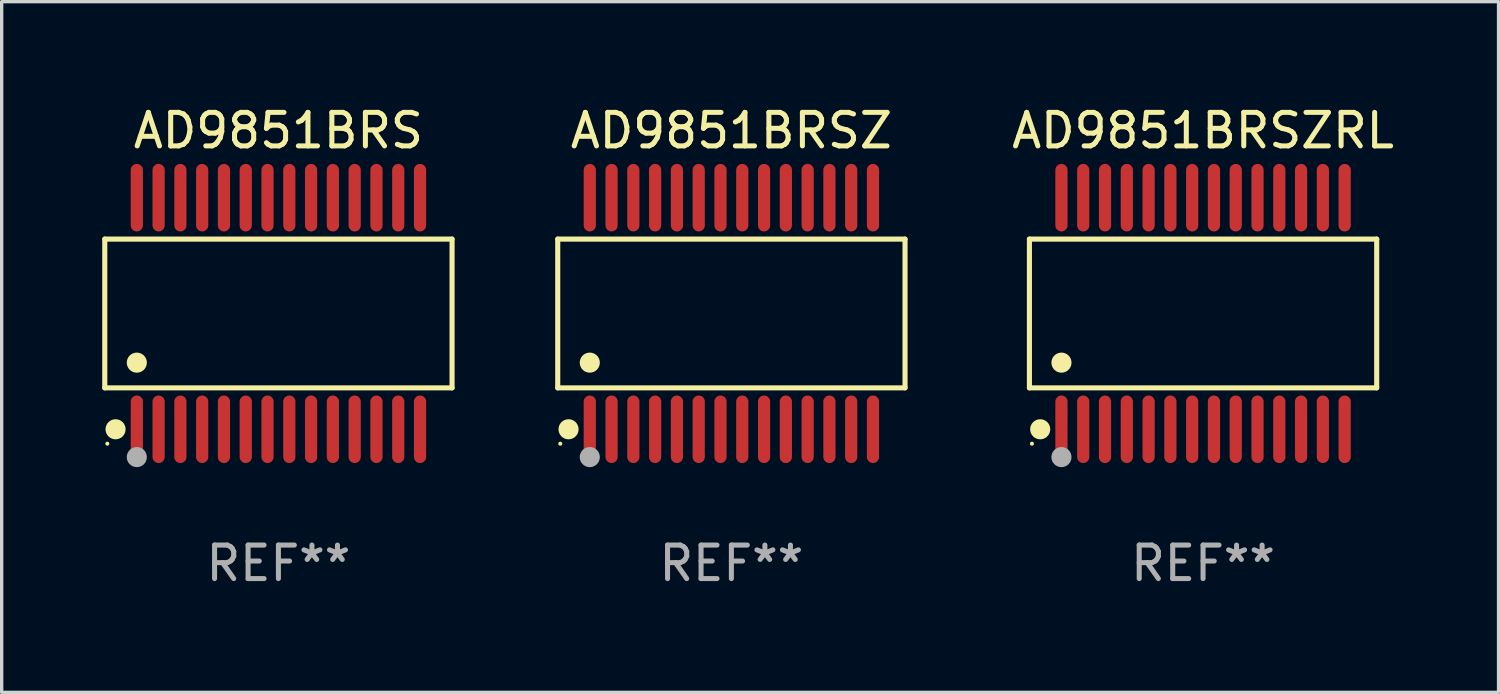
<source format=kicad_pcb>
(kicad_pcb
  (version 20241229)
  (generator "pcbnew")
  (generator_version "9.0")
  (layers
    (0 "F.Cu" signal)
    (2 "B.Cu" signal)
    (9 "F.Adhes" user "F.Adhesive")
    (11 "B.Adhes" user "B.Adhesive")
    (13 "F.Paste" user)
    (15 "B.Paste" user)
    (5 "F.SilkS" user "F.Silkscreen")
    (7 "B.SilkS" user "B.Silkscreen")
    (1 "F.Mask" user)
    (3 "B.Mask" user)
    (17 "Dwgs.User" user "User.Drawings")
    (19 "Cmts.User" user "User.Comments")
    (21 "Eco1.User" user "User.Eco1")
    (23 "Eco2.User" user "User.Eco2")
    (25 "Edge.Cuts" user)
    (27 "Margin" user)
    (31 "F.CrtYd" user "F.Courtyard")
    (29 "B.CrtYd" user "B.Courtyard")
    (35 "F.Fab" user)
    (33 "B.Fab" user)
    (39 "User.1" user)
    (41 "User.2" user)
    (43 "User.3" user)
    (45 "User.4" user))
  (footprint "AD9851BRSZ"
    (layer "F.Cu")
    (at 18.772 6.303)
    (property "Reference" "AD9851BRSZ" (at 0 -5.455 0) (layer "F.SilkS") (effects (font (size 1 1) (thickness 0.15))))
    (attr through_hole)
    (fp_line (start -5.181 -2.219) (end 5.181 -2.219) (stroke (width 0.152) (type solid)) (layer "F.SilkS"))
    (fp_line (start -5.181 2.219) (end -5.181 -2.219) (stroke (width 0.152) (type solid)) (layer "F.SilkS"))
    (fp_line (start 5.181 -2.219) (end 5.181 2.219) (stroke (width 0.152) (type solid)) (layer "F.SilkS"))
    (fp_line (start 5.181 2.219) (end -5.181 2.219) (stroke (width 0.152) (type solid)) (layer "F.SilkS"))
    (fp_circle (center -5.105 3.885) (end -5.075 3.885) (stroke (width 0.06) (type solid)) (fill no) (layer "F.SilkS"))
    (fp_circle (center -4.859 3.455) (end -4.709 3.455) (stroke (width 0.3) (type solid)) (fill no) (layer "F.SilkS"))
    (fp_circle (center -4.225 1.467) (end -4.075 1.467) (stroke (width 0.3) (type solid)) (fill no) (layer "F.SilkS"))
    (fp_circle (center -4.225 4.285) (end -4.075 4.285) (stroke (width 0.3) (type solid)) (fill no) (layer "F.Fab"))
    (fp_text user "REF**" (at 0 7.455 0) (layer "F.Fab") (effects (font (size 1 1) (thickness 0.15))))
    (pad "1" smd oval (at -4.225 3.455) (size 0.364 2.015) (layers "F.Cu" "F.Mask" "F.Paste"))
    (pad "2" smd oval (at -3.575 3.455) (size 0.364 2.015) (layers "F.Cu" "F.Mask" "F.Paste"))
    (pad "3" smd oval (at -2.925 3.455) (size 0.364 2.015) (layers "F.Cu" "F.Mask" "F.Paste"))
    (pad "4" smd oval (at -2.275 3.455) (size 0.364 2.015) (layers "F.Cu" "F.Mask" "F.Paste"))
    (pad "5" smd oval (at -1.625 3.455) (size 0.364 2.015) (layers "F.Cu" "F.Mask" "F.Paste"))
    (pad "6" smd oval (at -0.975 3.455) (size 0.364 2.015) (layers "F.Cu" "F.Mask" "F.Paste"))
    (pad "7" smd oval (at -0.325 3.455) (size 0.364 2.015) (layers "F.Cu" "F.Mask" "F.Paste"))
    (pad "8" smd oval (at 0.325 3.455) (size 0.364 2.015) (layers "F.Cu" "F.Mask" "F.Paste"))
    (pad "9" smd oval (at 0.975 3.455) (size 0.364 2.015) (layers "F.Cu" "F.Mask" "F.Paste"))
    (pad "10" smd oval (at 1.625 3.455) (size 0.364 2.015) (layers "F.Cu" "F.Mask" "F.Paste"))
    (pad "11" smd oval (at 2.275 3.455) (size 0.364 2.015) (layers "F.Cu" "F.Mask" "F.Paste"))
    (pad "12" smd oval (at 2.925 3.455) (size 0.364 2.015) (layers "F.Cu" "F.Mask" "F.Paste"))
    (pad "13" smd oval (at 3.575 3.455) (size 0.364 2.015) (layers "F.Cu" "F.Mask" "F.Paste"))
    (pad "14" smd oval (at 4.225 3.455) (size 0.364 2.015) (layers "F.Cu" "F.Mask" "F.Paste"))
    (pad "15" smd oval (at 4.225 -3.455) (size 0.364 2.015) (layers "F.Cu" "F.Mask" "F.Paste"))
    (pad "16" smd oval (at 3.575 -3.455) (size 0.364 2.015) (layers "F.Cu" "F.Mask" "F.Paste"))
    (pad "17" smd oval (at 2.925 -3.455) (size 0.364 2.015) (layers "F.Cu" "F.Mask" "F.Paste"))
    (pad "18" smd oval (at 2.275 -3.455) (size 0.364 2.015) (layers "F.Cu" "F.Mask" "F.Paste"))
    (pad "19" smd oval (at 1.625 -3.455) (size 0.364 2.015) (layers "F.Cu" "F.Mask" "F.Paste"))
    (pad "20" smd oval (at 0.975 -3.455) (size 0.364 2.015) (layers "F.Cu" "F.Mask" "F.Paste"))
    (pad "21" smd oval (at 0.325 -3.455) (size 0.364 2.015) (layers "F.Cu" "F.Mask" "F.Paste"))
    (pad "22" smd oval (at -0.325 -3.455) (size 0.364 2.015) (layers "F.Cu" "F.Mask" "F.Paste"))
    (pad "23" smd oval (at -0.975 -3.455) (size 0.364 2.015) (layers "F.Cu" "F.Mask" "F.Paste"))
    (pad "24" smd oval (at -1.625 -3.455) (size 0.364 2.015) (layers "F.Cu" "F.Mask" "F.Paste"))
    (pad "25" smd oval (at -2.275 -3.455) (size 0.364 2.015) (layers "F.Cu" "F.Mask" "F.Paste"))
    (pad "26" smd oval (at -2.925 -3.455) (size 0.364 2.015) (layers "F.Cu" "F.Mask" "F.Paste"))
    (pad "27" smd oval (at -3.575 -3.455) (size 0.364 2.015) (layers "F.Cu" "F.Mask" "F.Paste"))
    (pad "28" smd oval (at -4.225 -3.455) (size 0.364 2.015) (layers "F.Cu" "F.Mask" "F.Paste")))
  (footprint "AD9851BRSZRL"
    (layer "F.Cu")
    (at 32.845 6.303)
    (property "Reference" "AD9851BRSZRL" (at 0 -5.455 0) (layer "F.SilkS") (effects (font (size 1 1) (thickness 0.15))))
    (attr through_hole)
    (fp_line (start -5.181 -2.219) (end 5.181 -2.219) (stroke (width 0.152) (type solid)) (layer "F.SilkS"))
    (fp_line (start -5.181 2.219) (end -5.181 -2.219) (stroke (width 0.152) (type solid)) (layer "F.SilkS"))
    (fp_line (start 5.181 -2.219) (end 5.181 2.219) (stroke (width 0.152) (type solid)) (layer "F.SilkS"))
    (fp_line (start 5.181 2.219) (end -5.181 2.219) (stroke (width 0.152) (type solid)) (layer "F.SilkS"))
    (fp_circle (center -5.105 3.885) (end -5.075 3.885) (stroke (width 0.06) (type solid)) (fill no) (layer "F.SilkS"))
    (fp_circle (center -4.859 3.455) (end -4.709 3.455) (stroke (width 0.3) (type solid)) (fill no) (layer "F.SilkS"))
    (fp_circle (center -4.225 1.467) (end -4.075 1.467) (stroke (width 0.3) (type solid)) (fill no) (layer "F.SilkS"))
    (fp_circle (center -4.225 4.285) (end -4.075 4.285) (stroke (width 0.3) (type solid)) (fill no) (layer "F.Fab"))
    (fp_text user "REF**" (at 0 7.455 0) (layer "F.Fab") (effects (font (size 1 1) (thickness 0.15))))
    (pad "1" smd oval (at -4.225 3.455) (size 0.364 2.015) (layers "F.Cu" "F.Mask" "F.Paste"))
    (pad "2" smd oval (at -3.575 3.455) (size 0.364 2.015) (layers "F.Cu" "F.Mask" "F.Paste"))
    (pad "3" smd oval (at -2.925 3.455) (size 0.364 2.015) (layers "F.Cu" "F.Mask" "F.Paste"))
    (pad "4" smd oval (at -2.275 3.455) (size 0.364 2.015) (layers "F.Cu" "F.Mask" "F.Paste"))
    (pad "5" smd oval (at -1.625 3.455) (size 0.364 2.015) (layers "F.Cu" "F.Mask" "F.Paste"))
    (pad "6" smd oval (at -0.975 3.455) (size 0.364 2.015) (layers "F.Cu" "F.Mask" "F.Paste"))
    (pad "7" smd oval (at -0.325 3.455) (size 0.364 2.015) (layers "F.Cu" "F.Mask" "F.Paste"))
    (pad "8" smd oval (at 0.325 3.455) (size 0.364 2.015) (layers "F.Cu" "F.Mask" "F.Paste"))
    (pad "9" smd oval (at 0.975 3.455) (size 0.364 2.015) (layers "F.Cu" "F.Mask" "F.Paste"))
    (pad "10" smd oval (at 1.625 3.455) (size 0.364 2.015) (layers "F.Cu" "F.Mask" "F.Paste"))
    (pad "11" smd oval (at 2.275 3.455) (size 0.364 2.015) (layers "F.Cu" "F.Mask" "F.Paste"))
    (pad "12" smd oval (at 2.925 3.455) (size 0.364 2.015) (layers "F.Cu" "F.Mask" "F.Paste"))
    (pad "13" smd oval (at 3.575 3.455) (size 0.364 2.015) (layers "F.Cu" "F.Mask" "F.Paste"))
    (pad "14" smd oval (at 4.225 3.455) (size 0.364 2.015) (layers "F.Cu" "F.Mask" "F.Paste"))
    (pad "15" smd oval (at 4.225 -3.455) (size 0.364 2.015) (layers "F.Cu" "F.Mask" "F.Paste"))
    (pad "16" smd oval (at 3.575 -3.455) (size 0.364 2.015) (layers "F.Cu" "F.Mask" "F.Paste"))
    (pad "17" smd oval (at 2.925 -3.455) (size 0.364 2.015) (layers "F.Cu" "F.Mask" "F.Paste"))
    (pad "18" smd oval (at 2.275 -3.455) (size 0.364 2.015) (layers "F.Cu" "F.Mask" "F.Paste"))
    (pad "19" smd oval (at 1.625 -3.455) (size 0.364 2.015) (layers "F.Cu" "F.Mask" "F.Paste"))
    (pad "20" smd oval (at 0.975 -3.455) (size 0.364 2.015) (layers "F.Cu" "F.Mask" "F.Paste"))
    (pad "21" smd oval (at 0.325 -3.455) (size 0.364 2.015) (layers "F.Cu" "F.Mask" "F.Paste"))
    (pad "22" smd oval (at -0.325 -3.455) (size 0.364 2.015) (layers "F.Cu" "F.Mask" "F.Paste"))
    (pad "23" smd oval (at -0.975 -3.455) (size 0.364 2.015) (layers "F.Cu" "F.Mask" "F.Paste"))
    (pad "24" smd oval (at -1.625 -3.455) (size 0.364 2.015) (layers "F.Cu" "F.Mask" "F.Paste"))
    (pad "25" smd oval (at -2.275 -3.455) (size 0.364 2.015) (layers "F.Cu" "F.Mask" "F.Paste"))
    (pad "26" smd oval (at -2.925 -3.455) (size 0.364 2.015) (layers "F.Cu" "F.Mask" "F.Paste"))
    (pad "27" smd oval (at -3.575 -3.455) (size 0.364 2.015) (layers "F.Cu" "F.Mask" "F.Paste"))
    (pad "28" smd oval (at -4.225 -3.455) (size 0.364 2.015) (layers "F.Cu" "F.Mask" "F.Paste")))
  (footprint "AD9851BRS"
    (layer "F.Cu")
    (at 5.257 6.303)
    (property "Reference" "AD9851BRS" (at 0 -5.455 0) (layer "F.SilkS") (effects (font (size 1 1) (thickness 0.15))))
    (attr through_hole)
    (fp_line (start -5.181 -2.219) (end 5.181 -2.219) (stroke (width 0.152) (type solid)) (layer "F.SilkS"))
    (fp_line (start -5.181 2.219) (end -5.181 -2.219) (stroke (width 0.152) (type solid)) (layer "F.SilkS"))
    (fp_line (start 5.181 -2.219) (end 5.181 2.219) (stroke (width 0.152) (type solid)) (layer "F.SilkS"))
    (fp_line (start 5.181 2.219) (end -5.181 2.219) (stroke (width 0.152) (type solid)) (layer "F.SilkS"))
    (fp_circle (center -5.105 3.885) (end -5.075 3.885) (stroke (width 0.06) (type solid)) (fill no) (layer "F.SilkS"))
    (fp_circle (center -4.859 3.455) (end -4.709 3.455) (stroke (width 0.3) (type solid)) (fill no) (layer "F.SilkS"))
    (fp_circle (center -4.225 1.467) (end -4.075 1.467) (stroke (width 0.3) (type solid)) (fill no) (layer "F.SilkS"))
    (fp_circle (center -4.225 4.285) (end -4.075 4.285) (stroke (width 0.3) (type solid)) (fill no) (layer "F.Fab"))
    (fp_text user "REF**" (at 0 7.455 0) (layer "F.Fab") (effects (font (size 1 1) (thickness 0.15))))
    (pad "1" smd oval (at -4.225 3.455) (size 0.364 2.015) (layers "F.Cu" "F.Mask" "F.Paste"))
    (pad "2" smd oval (at -3.575 3.455) (size 0.364 2.015) (layers "F.Cu" "F.Mask" "F.Paste"))
    (pad "3" smd oval (at -2.925 3.455) (size 0.364 2.015) (layers "F.Cu" "F.Mask" "F.Paste"))
    (pad "4" smd oval (at -2.275 3.455) (size 0.364 2.015) (layers "F.Cu" "F.Mask" "F.Paste"))
    (pad "5" smd oval (at -1.625 3.455) (size 0.364 2.015) (layers "F.Cu" "F.Mask" "F.Paste"))
    (pad "6" smd oval (at -0.975 3.455) (size 0.364 2.015) (layers "F.Cu" "F.Mask" "F.Paste"))
    (pad "7" smd oval (at -0.325 3.455) (size 0.364 2.015) (layers "F.Cu" "F.Mask" "F.Paste"))
    (pad "8" smd oval (at 0.325 3.455) (size 0.364 2.015) (layers "F.Cu" "F.Mask" "F.Paste"))
    (pad "9" smd oval (at 0.975 3.455) (size 0.364 2.015) (layers "F.Cu" "F.Mask" "F.Paste"))
    (pad "10" smd oval (at 1.625 3.455) (size 0.364 2.015) (layers "F.Cu" "F.Mask" "F.Paste"))
    (pad "11" smd oval (at 2.275 3.455) (size 0.364 2.015) (layers "F.Cu" "F.Mask" "F.Paste"))
    (pad "12" smd oval (at 2.925 3.455) (size 0.364 2.015) (layers "F.Cu" "F.Mask" "F.Paste"))
    (pad "13" smd oval (at 3.575 3.455) (size 0.364 2.015) (layers "F.Cu" "F.Mask" "F.Paste"))
    (pad "14" smd oval (at 4.225 3.455) (size 0.364 2.015) (layers "F.Cu" "F.Mask" "F.Paste"))
    (pad "15" smd oval (at 4.225 -3.455) (size 0.364 2.015) (layers "F.Cu" "F.Mask" "F.Paste"))
    (pad "16" smd oval (at 3.575 -3.455) (size 0.364 2.015) (layers "F.Cu" "F.Mask" "F.Paste"))
    (pad "17" smd oval (at 2.925 -3.455) (size 0.364 2.015) (layers "F.Cu" "F.Mask" "F.Paste"))
    (pad "18" smd oval (at 2.275 -3.455) (size 0.364 2.015) (layers "F.Cu" "F.Mask" "F.Paste"))
    (pad "19" smd oval (at 1.625 -3.455) (size 0.364 2.015) (layers "F.Cu" "F.Mask" "F.Paste"))
    (pad "20" smd oval (at 0.975 -3.455) (size 0.364 2.015) (layers "F.Cu" "F.Mask" "F.Paste"))
    (pad "21" smd oval (at 0.325 -3.455) (size 0.364 2.015) (layers "F.Cu" "F.Mask" "F.Paste"))
    (pad "22" smd oval (at -0.325 -3.455) (size 0.364 2.015) (layers "F.Cu" "F.Mask" "F.Paste"))
    (pad "23" smd oval (at -0.975 -3.455) (size 0.364 2.015) (layers "F.Cu" "F.Mask" "F.Paste"))
    (pad "24" smd oval (at -1.625 -3.455) (size 0.364 2.015) (layers "F.Cu" "F.Mask" "F.Paste"))
    (pad "25" smd oval (at -2.275 -3.455) (size 0.364 2.015) (layers "F.Cu" "F.Mask" "F.Paste"))
    (pad "26" smd oval (at -2.925 -3.455) (size 0.364 2.015) (layers "F.Cu" "F.Mask" "F.Paste"))
    (pad "27" smd oval (at -3.575 -3.455) (size 0.364 2.015) (layers "F.Cu" "F.Mask" "F.Paste"))
    (pad "28" smd oval (at -4.225 -3.455) (size 0.364 2.015) (layers "F.Cu" "F.Mask" "F.Paste")))
  (gr_rect
    (start -3 -3)
    (end 41.661 17.607)
    (stroke (width 0.1) (type default))
    (fill no)
    (layer "Edge.Cuts")))
</source>
